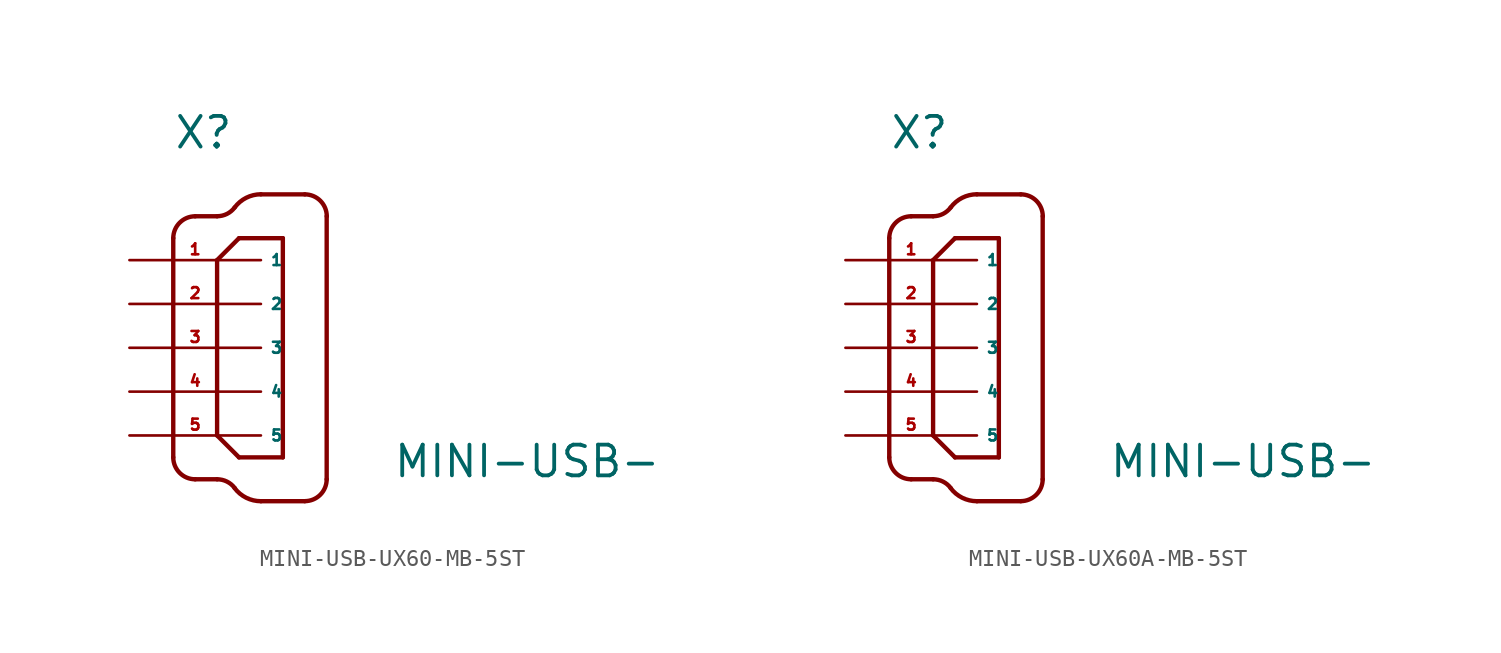
<source format=kicad_sym>
(kicad_symbol_lib
  (version 20220914)
  (generator Eagle2Kicad)
  (symbol "MINI-USB-UX60-MB-5ST"
    (property "Reference" "X"
      (at -2.54 11.43 0)
      (effects (font (size 1.778 1.778) (thickness 0.22)) (justify left bottom)))
    (property "Value" "MINI-USB-"
      (at 10.16 -7.62 0)
      (effects (font (size 1.778 1.778) (thickness 0.22)) (justify left bottom)))
    (polyline
      (pts (xy -2.54 6.35) (xy -2.54 -6.35))
      (stroke (width 0.254) (type default))
      (fill (type none)))
    (arc
      (start -2.54 -6.35)
      (mid -2.168 -7.248)
      (end -1.27 -7.62)
      (stroke (width 0.254) (type default))
      (fill (type none)))
    (polyline
      (pts (xy -1.27 -7.62) (xy 0 -7.62))
      (stroke (width 0.254) (type default))
      (fill (type none)))
    (arc
      (start 1.016 -8.128)
      (mid 0.568 -7.754)
      (end 0 -7.62)
      (stroke (width 0.254) (type default))
      (fill (type none)))
    (arc
      (start 1.016 -8.128)
      (mid 1.688 -8.689)
      (end 2.54 -8.89)
      (stroke (width 0.254) (type default))
      (fill (type none)))
    (polyline
      (pts (xy 2.54 -8.89) (xy 5.08 -8.89))
      (stroke (width 0.254) (type default))
      (fill (type none)))
    (arc
      (start 5.08 -8.89)
      (mid 5.978 -8.518)
      (end 6.35 -7.62)
      (stroke (width 0.254) (type default))
      (fill (type none)))
    (polyline
      (pts (xy 6.35 -7.62) (xy 6.35 7.62))
      (stroke (width 0.254) (type default))
      (fill (type none)))
    (arc
      (start -1.27 7.62)
      (mid -2.168 7.248)
      (end -2.54 6.35)
      (stroke (width 0.254) (type default))
      (fill (type none)))
    (polyline
      (pts (xy -1.27 7.62) (xy 0 7.62))
      (stroke (width 0.254) (type default))
      (fill (type none)))
    (arc
      (start 0 7.62)
      (mid 0.568 7.754)
      (end 1.016 8.128)
      (stroke (width 0.254) (type default))
      (fill (type none)))
    (arc
      (start 2.54 8.89)
      (mid 1.688 8.689)
      (end 1.016 8.128)
      (stroke (width 0.254) (type default))
      (fill (type none)))
    (polyline
      (pts (xy 2.54 8.89) (xy 5.08 8.89))
      (stroke (width 0.254) (type default))
      (fill (type none)))
    (arc
      (start 6.35 7.62)
      (mid 5.978 8.518)
      (end 5.08 8.89)
      (stroke (width 0.254) (type default))
      (fill (type none)))
    (polyline
      (pts (xy 0 5.08) (xy 0 -5.08))
      (stroke (width 0.254) (type default))
      (fill (type none)))
    (polyline
      (pts (xy 0 -5.08) (xy 1.27 -6.35))
      (stroke (width 0.254) (type default))
      (fill (type none)))
    (polyline
      (pts (xy 1.27 -6.35) (xy 3.81 -6.35))
      (stroke (width 0.254) (type default))
      (fill (type none)))
    (polyline
      (pts (xy 3.81 -6.35) (xy 3.81 6.35))
      (stroke (width 0.254) (type default))
      (fill (type none)))
    (polyline
      (pts (xy 3.81 6.35) (xy 1.27 6.35))
      (stroke (width 0.254) (type default))
      (fill (type none)))
    (polyline
      (pts (xy 1.27 6.35) (xy 0 5.08))
      (stroke (width 0.254) (type default))
      (fill (type none)))
    (pin input line
      (at -5.08 5.08 0)
      (length 7.62)
      (name "1" (effects (font (size 0.635 0.635) (thickness 0.08)) (justify left bottom)))
      (number "1" (effects (font (size 0.635 0.635) (thickness 0.08)) (justify left bottom))))
    (pin input line
      (at -5.08 2.54 0)
      (length 7.62)
      (name "2" (effects (font (size 0.635 0.635) (thickness 0.08)) (justify left bottom)))
      (number "2" (effects (font (size 0.635 0.635) (thickness 0.08)) (justify left bottom))))
    (pin input line
      (at -5.08 0 0)
      (length 7.62)
      (name "3" (effects (font (size 0.635 0.635) (thickness 0.08)) (justify left bottom)))
      (number "3" (effects (font (size 0.635 0.635) (thickness 0.08)) (justify left bottom))))
    (pin input line
      (at -5.08 -2.54 0)
      (length 7.62)
      (name "4" (effects (font (size 0.635 0.635) (thickness 0.08)) (justify left bottom)))
      (number "4" (effects (font (size 0.635 0.635) (thickness 0.08)) (justify left bottom))))
    (pin input line
      (at -5.08 -5.08 0)
      (length 7.62)
      (name "5" (effects (font (size 0.635 0.635) (thickness 0.08)) (justify left bottom)))
      (number "5" (effects (font (size 0.635 0.635) (thickness 0.08)) (justify left bottom)))))
  (symbol "MINI-USB-UX60A-MB-5ST"
    (property "Reference" "X"
      (at -2.54 11.43 0)
      (effects (font (size 1.778 1.778) (thickness 0.22)) (justify left bottom)))
    (property "Value" "MINI-USB-"
      (at 10.16 -7.62 0)
      (effects (font (size 1.778 1.778) (thickness 0.22)) (justify left bottom)))
    (polyline
      (pts (xy -2.54 6.35) (xy -2.54 -6.35))
      (stroke (width 0.254) (type default))
      (fill (type none)))
    (arc
      (start -2.54 -6.35)
      (mid -2.168 -7.248)
      (end -1.27 -7.62)
      (stroke (width 0.254) (type default))
      (fill (type none)))
    (polyline
      (pts (xy -1.27 -7.62) (xy 0 -7.62))
      (stroke (width 0.254) (type default))
      (fill (type none)))
    (arc
      (start 1.016 -8.128)
      (mid 0.568 -7.754)
      (end 0 -7.62)
      (stroke (width 0.254) (type default))
      (fill (type none)))
    (arc
      (start 1.016 -8.128)
      (mid 1.688 -8.689)
      (end 2.54 -8.89)
      (stroke (width 0.254) (type default))
      (fill (type none)))
    (polyline
      (pts (xy 2.54 -8.89) (xy 5.08 -8.89))
      (stroke (width 0.254) (type default))
      (fill (type none)))
    (arc
      (start 5.08 -8.89)
      (mid 5.978 -8.518)
      (end 6.35 -7.62)
      (stroke (width 0.254) (type default))
      (fill (type none)))
    (polyline
      (pts (xy 6.35 -7.62) (xy 6.35 7.62))
      (stroke (width 0.254) (type default))
      (fill (type none)))
    (arc
      (start -1.27 7.62)
      (mid -2.168 7.248)
      (end -2.54 6.35)
      (stroke (width 0.254) (type default))
      (fill (type none)))
    (polyline
      (pts (xy -1.27 7.62) (xy 0 7.62))
      (stroke (width 0.254) (type default))
      (fill (type none)))
    (arc
      (start 0 7.62)
      (mid 0.568 7.754)
      (end 1.016 8.128)
      (stroke (width 0.254) (type default))
      (fill (type none)))
    (arc
      (start 2.54 8.89)
      (mid 1.688 8.689)
      (end 1.016 8.128)
      (stroke (width 0.254) (type default))
      (fill (type none)))
    (polyline
      (pts (xy 2.54 8.89) (xy 5.08 8.89))
      (stroke (width 0.254) (type default))
      (fill (type none)))
    (arc
      (start 6.35 7.62)
      (mid 5.978 8.518)
      (end 5.08 8.89)
      (stroke (width 0.254) (type default))
      (fill (type none)))
    (polyline
      (pts (xy 0 5.08) (xy 0 -5.08))
      (stroke (width 0.254) (type default))
      (fill (type none)))
    (polyline
      (pts (xy 0 -5.08) (xy 1.27 -6.35))
      (stroke (width 0.254) (type default))
      (fill (type none)))
    (polyline
      (pts (xy 1.27 -6.35) (xy 3.81 -6.35))
      (stroke (width 0.254) (type default))
      (fill (type none)))
    (polyline
      (pts (xy 3.81 -6.35) (xy 3.81 6.35))
      (stroke (width 0.254) (type default))
      (fill (type none)))
    (polyline
      (pts (xy 3.81 6.35) (xy 1.27 6.35))
      (stroke (width 0.254) (type default))
      (fill (type none)))
    (polyline
      (pts (xy 1.27 6.35) (xy 0 5.08))
      (stroke (width 0.254) (type default))
      (fill (type none)))
    (pin input line
      (at -5.08 5.08 0)
      (length 7.62)
      (name "1" (effects (font (size 0.635 0.635) (thickness 0.08)) (justify left bottom)))
      (number "1" (effects (font (size 0.635 0.635) (thickness 0.08)) (justify left bottom))))
    (pin input line
      (at -5.08 2.54 0)
      (length 7.62)
      (name "2" (effects (font (size 0.635 0.635) (thickness 0.08)) (justify left bottom)))
      (number "2" (effects (font (size 0.635 0.635) (thickness 0.08)) (justify left bottom))))
    (pin input line
      (at -5.08 0 0)
      (length 7.62)
      (name "3" (effects (font (size 0.635 0.635) (thickness 0.08)) (justify left bottom)))
      (number "3" (effects (font (size 0.635 0.635) (thickness 0.08)) (justify left bottom))))
    (pin input line
      (at -5.08 -2.54 0)
      (length 7.62)
      (name "4" (effects (font (size 0.635 0.635) (thickness 0.08)) (justify left bottom)))
      (number "4" (effects (font (size 0.635 0.635) (thickness 0.08)) (justify left bottom))))
    (pin input line
      (at -5.08 -5.08 0)
      (length 7.62)
      (name "5" (effects (font (size 0.635 0.635) (thickness 0.08)) (justify left bottom)))
      (number "5" (effects (font (size 0.635 0.635) (thickness 0.08)) (justify left bottom))))))
</source>
